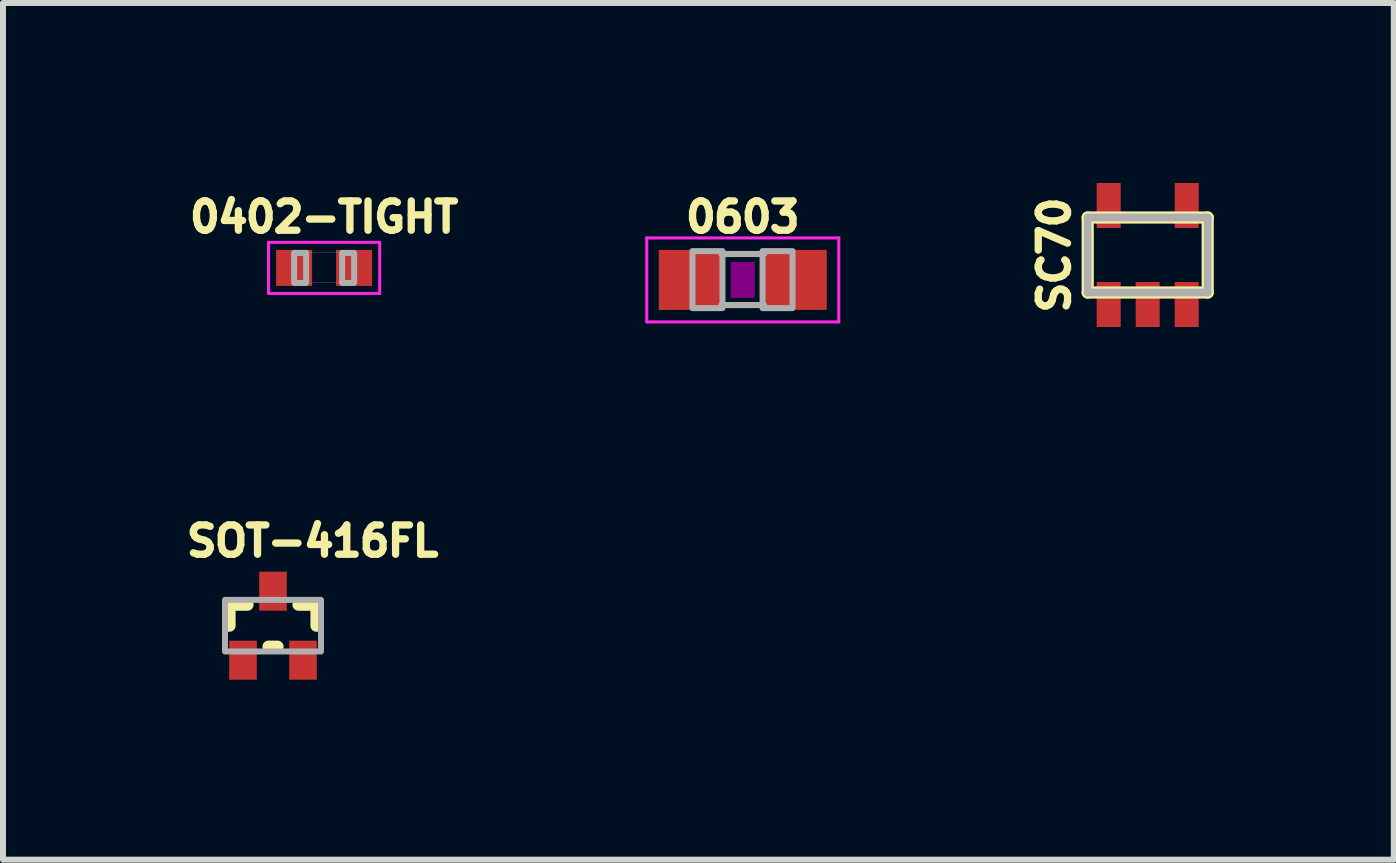
<source format=kicad_pcb>
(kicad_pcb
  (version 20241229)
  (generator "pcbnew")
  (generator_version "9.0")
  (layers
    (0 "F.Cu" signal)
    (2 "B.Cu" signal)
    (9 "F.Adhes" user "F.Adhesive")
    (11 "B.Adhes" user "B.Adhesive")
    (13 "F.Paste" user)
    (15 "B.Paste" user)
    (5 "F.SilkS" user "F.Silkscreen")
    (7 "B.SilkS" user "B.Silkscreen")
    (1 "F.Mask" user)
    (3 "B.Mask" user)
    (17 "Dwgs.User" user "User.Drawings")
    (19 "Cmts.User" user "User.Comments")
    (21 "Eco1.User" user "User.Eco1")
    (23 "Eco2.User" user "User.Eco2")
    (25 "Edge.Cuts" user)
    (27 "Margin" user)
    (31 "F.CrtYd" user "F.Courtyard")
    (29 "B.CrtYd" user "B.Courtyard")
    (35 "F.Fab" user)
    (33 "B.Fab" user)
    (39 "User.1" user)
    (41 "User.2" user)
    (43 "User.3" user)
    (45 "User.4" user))
  (footprint "SC70"
    (layer "F.Cu")
    (at 16.078 1.2)
    (property "Reference" "SC70" (at -1.27 0 90) (layer "F.SilkS") (effects (font (size 0.488 0.488) (thickness 0.122)) (justify bottom)))
    (fp_line (start -1 -0.625) (end 1 -0.625) (stroke (width 0.203) (type solid)) (layer "F.SilkS"))
    (fp_line (start -1 0.625) (end -1 -0.625) (stroke (width 0.203) (type solid)) (layer "F.SilkS"))
    (fp_line (start -1 0.625) (end 1 0.625) (stroke (width 0.203) (type solid)) (layer "F.SilkS"))
    (fp_line (start 1 -0.625) (end 1 0.625) (stroke (width 0.203) (type solid)) (layer "F.SilkS"))
    (fp_poly (pts (xy -0.85 -0.45) (xy -0.45 -0.45) (xy -0.45 -1.2) (xy -0.85 -1.2)) (stroke (width 0) (type solid)) (fill yes) (layer "F.Paste"))
    (fp_poly (pts (xy -0.838 1.168) (xy -0.508 1.168) (xy -0.508 0.483) (xy -0.838 0.483)) (stroke (width 0) (type solid)) (fill yes) (layer "F.Paste"))
    (fp_poly (pts (xy -0.165 1.168) (xy 0.165 1.168) (xy 0.165 0.483) (xy -0.165 0.483)) (stroke (width 0) (type solid)) (fill yes) (layer "F.Paste"))
    (fp_poly (pts (xy 0.45 -0.45) (xy 0.85 -0.45) (xy 0.85 -1.2) (xy 0.45 -1.2)) (stroke (width 0) (type solid)) (fill yes) (layer "F.Paste"))
    (fp_poly (pts (xy 0.508 1.168) (xy 0.838 1.168) (xy 0.838 0.483) (xy 0.508 0.483)) (stroke (width 0) (type solid)) (fill yes) (layer "F.Paste"))
    (fp_line (start -1 -0.625) (end 1 -0.625) (stroke (width 0.127) (type solid)) (layer "F.Fab"))
    (fp_line (start -1 0.625) (end -1 -0.625) (stroke (width 0.127) (type solid)) (layer "F.Fab"))
    (fp_line (start -1 0.625) (end 1 0.625) (stroke (width 0.127) (type solid)) (layer "F.Fab"))
    (fp_line (start 1 -0.625) (end 1 0.625) (stroke (width 0.127) (type solid)) (layer "F.Fab"))
    (pad "1" smd rect (at -0.65 0.825) (size 0.4 0.75) (layers "F.Cu" "F.Mask"))
    (pad "2" smd rect (at 0 0.825) (size 0.4 0.75) (layers "F.Cu" "F.Mask"))
    (pad "3" smd rect (at 0.65 0.825) (size 0.4 0.75) (layers "F.Cu" "F.Mask"))
    (pad "4" smd rect (at 0.65 -0.825) (size 0.4 0.75) (layers "F.Cu" "F.Mask"))
    (pad "5" smd rect (at -0.65 -0.825) (size 0.4 0.75) (layers "F.Cu" "F.Mask")))
  (footprint "SOT-416FL"
    (layer "F.Cu")
    (at 1.5 6.853)
    (property "Reference" "SOT-416FL" (at -1.5 -0.6 0) (layer "F.SilkS") (effects (font (size 0.488 0.488) (thickness 0.122)) (justify left bottom)))
    (fp_line (start -0.725 0.175) (end -0.425 0.175) (stroke (width 0.203) (type solid)) (layer "F.SilkS"))
    (fp_line (start -0.725 0.525) (end -0.725 0.175) (stroke (width 0.203) (type solid)) (layer "F.SilkS"))
    (fp_line (start -0.075 0.875) (end 0.075 0.875) (stroke (width 0.203) (type solid)) (layer "F.SilkS"))
    (fp_line (start 0.425 0.175) (end 0.725 0.175) (stroke (width 0.203) (type solid)) (layer "F.SilkS"))
    (fp_line (start 0.725 0.175) (end 0.725 0.525) (stroke (width 0.203) (type solid)) (layer "F.SilkS"))
    (fp_poly (pts (xy -0.8 0.955) (xy 0.8 0.955) (xy 0.8 0.095) (xy -0.8 0.095)) (stroke (width 0.1) (type solid)) (fill no) (layer "F.Fab"))
    (pad "1" smd rect (at -0.5 1.1) (size 0.46 0.65) (layers "F.Cu" "F.Mask" "F.Paste"))
    (pad "2" smd rect (at 0.5 1.1) (size 0.46 0.65) (layers "F.Cu" "F.Mask" "F.Paste"))
    (pad "3" smd rect (at 0 -0.05) (size 0.46 0.65) (layers "F.Cu" "F.Mask" "F.Paste")))
  (footprint "0603"
    (layer "F.Cu")
    (at 9.329 1.615)
    (property "Reference" "0603" (at 0 -0.762 0) (layer "F.SilkS") (effects (font (size 0.488 0.488) (thickness 0.122)) (justify bottom)))
    (fp_poly (pts (xy -0.2 0.3) (xy 0.2 0.3) (xy 0.2 -0.3) (xy -0.2 -0.3)) (stroke (width 0) (type solid)) (fill yes) (layer "F.Adhes"))
    (fp_line (start -1.6 -0.7) (end 1.6 -0.7) (stroke (width 0.051) (type solid)) (layer "F.CrtYd"))
    (fp_line (start -1.6 0.7) (end -1.6 -0.7) (stroke (width 0.051) (type solid)) (layer "F.CrtYd"))
    (fp_line (start 1.6 -0.7) (end 1.6 0.7) (stroke (width 0.051) (type solid)) (layer "F.CrtYd"))
    (fp_line (start 1.6 0.7) (end -1.6 0.7) (stroke (width 0.051) (type solid)) (layer "F.CrtYd"))
    (fp_line (start -0.356 -0.432) (end 0.356 -0.432) (stroke (width 0.102) (type solid)) (layer "F.Fab"))
    (fp_line (start -0.356 0.419) (end 0.356 0.419) (stroke (width 0.102) (type solid)) (layer "F.Fab"))
    (fp_poly (pts (xy -0.838 0.47) (xy -0.338 0.47) (xy -0.338 -0.48) (xy -0.838 -0.48)) (stroke (width 0.1) (type solid)) (fill no) (layer "F.Fab"))
    (fp_poly (pts (xy 0.33 0.47) (xy 0.83 0.47) (xy 0.83 -0.48) (xy 0.33 -0.48)) (stroke (width 0.1) (type solid)) (fill no) (layer "F.Fab"))
    (pad "1" smd rect (at -0.85 0) (size 1.1 1) (layers "F.Cu" "F.Mask" "F.Paste"))
    (pad "2" smd rect (at 0.85 0) (size 1.1 1) (layers "F.Cu" "F.Mask" "F.Paste")))
  (footprint "0402-TIGHT"
    (layer "F.Cu")
    (at 2.352 1.415)
    (property "Reference" "0402-TIGHT" (at 0 -0.562 0) (layer "F.SilkS") (effects (font (size 0.488 0.488) (thickness 0.122)) (justify bottom)))
    (fp_line (start -0.926 -0.426) (end -0.926 0.426) (stroke (width 0.05) (type solid)) (layer "F.CrtYd"))
    (fp_line (start -0.926 0.426) (end 0.926 0.426) (stroke (width 0.05) (type solid)) (layer "F.CrtYd"))
    (fp_line (start 0.926 -0.426) (end -0.926 -0.426) (stroke (width 0.05) (type solid)) (layer "F.CrtYd"))
    (fp_line (start 0.926 0.426) (end 0.926 -0.426) (stroke (width 0.05) (type solid)) (layer "F.CrtYd"))
    (fp_line (start -0.5 -0.25) (end 0.5 -0.25) (stroke (width 0.003) (type solid)) (layer "F.Fab"))
    (fp_line (start -0.5 0.25) (end -0.5 -0.25) (stroke (width 0.003) (type solid)) (layer "F.Fab"))
    (fp_line (start 0.5 -0.25) (end 0.5 0.25) (stroke (width 0.003) (type solid)) (layer "F.Fab"))
    (fp_line (start 0.5 0.25) (end -0.5 0.25) (stroke (width 0.003) (type solid)) (layer "F.Fab"))
    (fp_poly (pts (xy -0.5 0.25) (xy -0.3 0.25) (xy -0.3 -0.25) (xy -0.5 -0.25)) (stroke (width 0.1) (type solid)) (fill no) (layer "F.Fab"))
    (fp_poly (pts (xy 0.5 -0.25) (xy 0.3 -0.25) (xy 0.3 0.25) (xy 0.5 0.25)) (stroke (width 0.1) (type solid)) (fill no) (layer "F.Fab"))
    (pad "1" smd rect (at -0.5 0) (size 0.6 0.6) (layers "F.Cu" "F.Mask" "F.Paste"))
    (pad "2" smd rect (at 0.5 0) (size 0.6 0.6) (layers "F.Cu" "F.Mask" "F.Paste")))
  (gr_rect
    (start -3 -3)
    (end 20.18 11.278)
    (stroke (width 0.1) (type default))
    (fill no)
    (layer "Edge.Cuts")))
</source>
